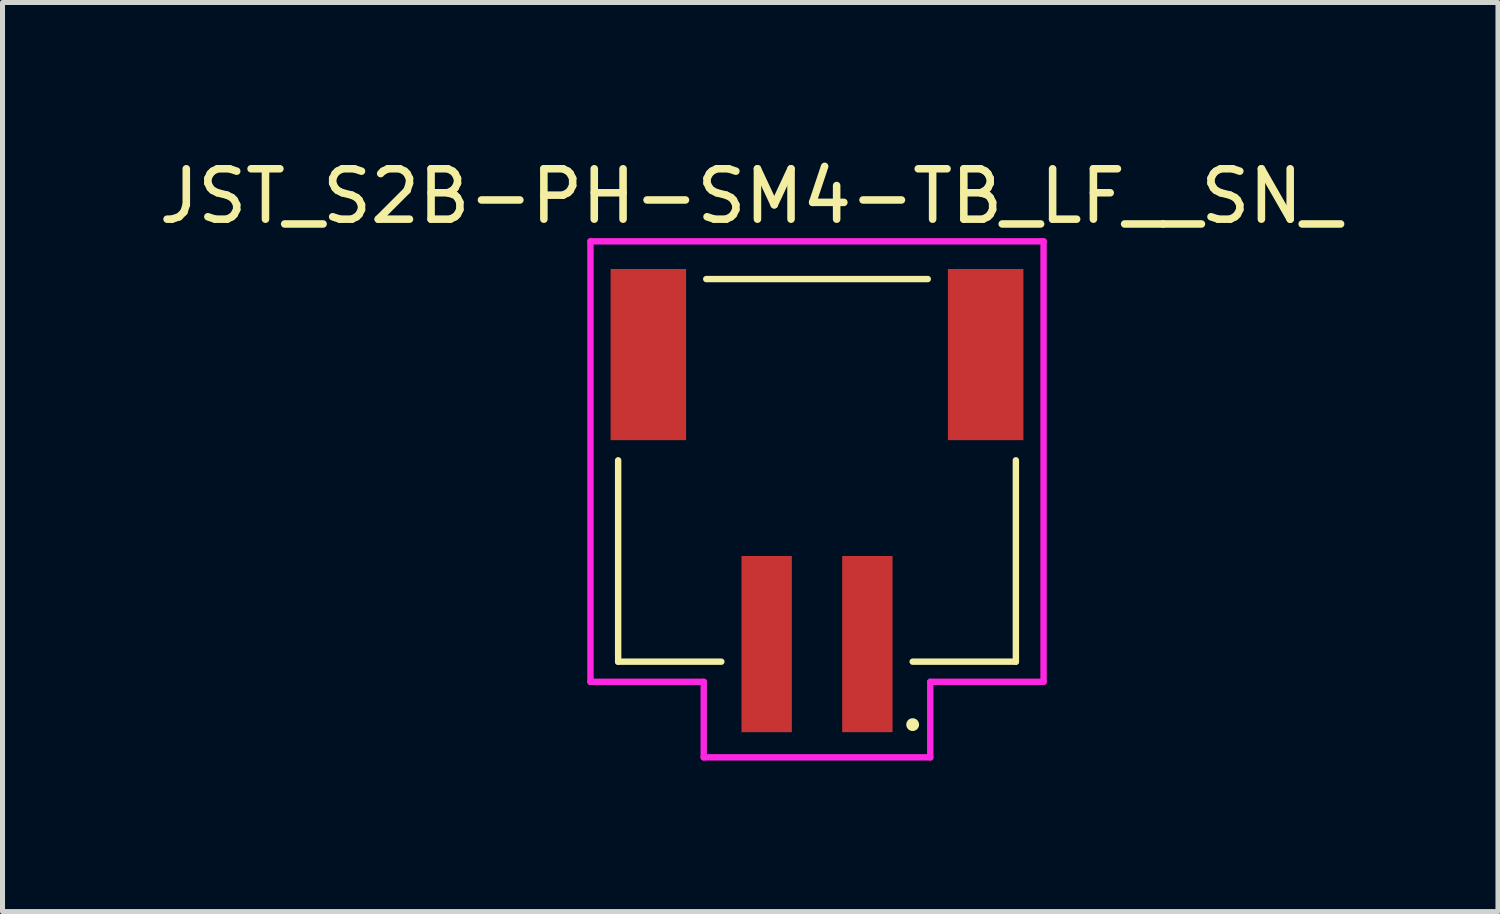
<source format=kicad_pcb>
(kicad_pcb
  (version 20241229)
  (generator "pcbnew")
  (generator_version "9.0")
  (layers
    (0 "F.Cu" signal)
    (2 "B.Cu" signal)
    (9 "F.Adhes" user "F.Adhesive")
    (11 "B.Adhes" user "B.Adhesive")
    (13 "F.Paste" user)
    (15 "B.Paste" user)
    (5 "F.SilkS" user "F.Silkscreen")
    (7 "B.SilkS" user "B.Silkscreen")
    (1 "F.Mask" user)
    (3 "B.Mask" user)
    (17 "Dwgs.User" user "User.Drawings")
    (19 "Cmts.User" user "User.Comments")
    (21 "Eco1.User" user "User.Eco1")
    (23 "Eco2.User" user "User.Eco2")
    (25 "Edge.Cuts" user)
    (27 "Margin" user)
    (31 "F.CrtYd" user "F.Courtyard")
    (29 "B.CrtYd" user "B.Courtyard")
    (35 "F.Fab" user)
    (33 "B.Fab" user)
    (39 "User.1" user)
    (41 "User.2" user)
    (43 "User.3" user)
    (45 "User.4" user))
  (footprint "JST_S2B-PH-SM4-TB_LF__SN_"
    (layer "F.Cu")
    (at 13.178 9.743)
    (property "Reference" "JST_S2B-PH-SM4-TB_LF__SN_" (at -1.326 -8.895 0) (layer "F.SilkS") (effects (font (size 1.001 1.001) (thickness 0.15))))
    (attr smd)
    (fp_line (start -3.95 -3.65) (end -3.95 0.35) (stroke (width 0.127) (type solid)) (layer "F.SilkS"))
    (fp_line (start -3.95 0.35) (end -1.9 0.35) (stroke (width 0.127) (type solid)) (layer "F.SilkS"))
    (fp_line (start 1.9 0.35) (end 3.95 0.35) (stroke (width 0.127) (type solid)) (layer "F.SilkS"))
    (fp_line (start 2.2 -7.25) (end -2.2 -7.25) (stroke (width 0.127) (type solid)) (layer "F.SilkS"))
    (fp_line (start 3.95 0.35) (end 3.95 -3.65) (stroke (width 0.127) (type solid)) (layer "F.SilkS"))
    (fp_circle (center 1.9 1.6) (end 2.027 1.6) (stroke (width 0) (type solid)) (fill yes) (layer "F.SilkS"))
    (fp_line (start -4.5 -8) (end 4.5 -8) (stroke (width 0.127) (type solid)) (layer "F.CrtYd"))
    (fp_line (start -4.5 0.75) (end -4.5 -8) (stroke (width 0.127) (type solid)) (layer "F.CrtYd"))
    (fp_line (start -2.25 0.75) (end -4.5 0.75) (stroke (width 0.127) (type solid)) (layer "F.CrtYd"))
    (fp_line (start -2.25 2.25) (end -2.25 0.75) (stroke (width 0.127) (type solid)) (layer "F.CrtYd"))
    (fp_line (start 2.25 0.75) (end 2.25 2.25) (stroke (width 0.127) (type solid)) (layer "F.CrtYd"))
    (fp_line (start 2.25 2.25) (end -2.25 2.25) (stroke (width 0.127) (type solid)) (layer "F.CrtYd"))
    (fp_line (start 4.5 -8) (end 4.5 0.75) (stroke (width 0.127) (type solid)) (layer "F.CrtYd"))
    (fp_line (start 4.5 0.75) (end 2.25 0.75) (stroke (width 0.127) (type solid)) (layer "F.CrtYd"))
    (pad "1" smd rect (at -1 0) (size 1 3.5) (layers "F.Cu" "F.Mask" "F.Paste"))
    (pad "2" smd rect (at 1 0) (size 1 3.5) (layers "F.Cu" "F.Mask" "F.Paste"))
    (pad "P1" smd rect (at -3.35 -5.75) (size 1.5 3.4) (layers "F.Cu" "F.Mask" "F.Paste"))
    (pad "P2" smd rect (at 3.35 -5.75) (size 1.5 3.4) (layers "F.Cu" "F.Mask" "F.Paste")))
  (gr_rect
    (start -3 -3)
    (end 26.704 15.057)
    (stroke (width 0.1) (type default))
    (fill no)
    (layer "Edge.Cuts")))
</source>
